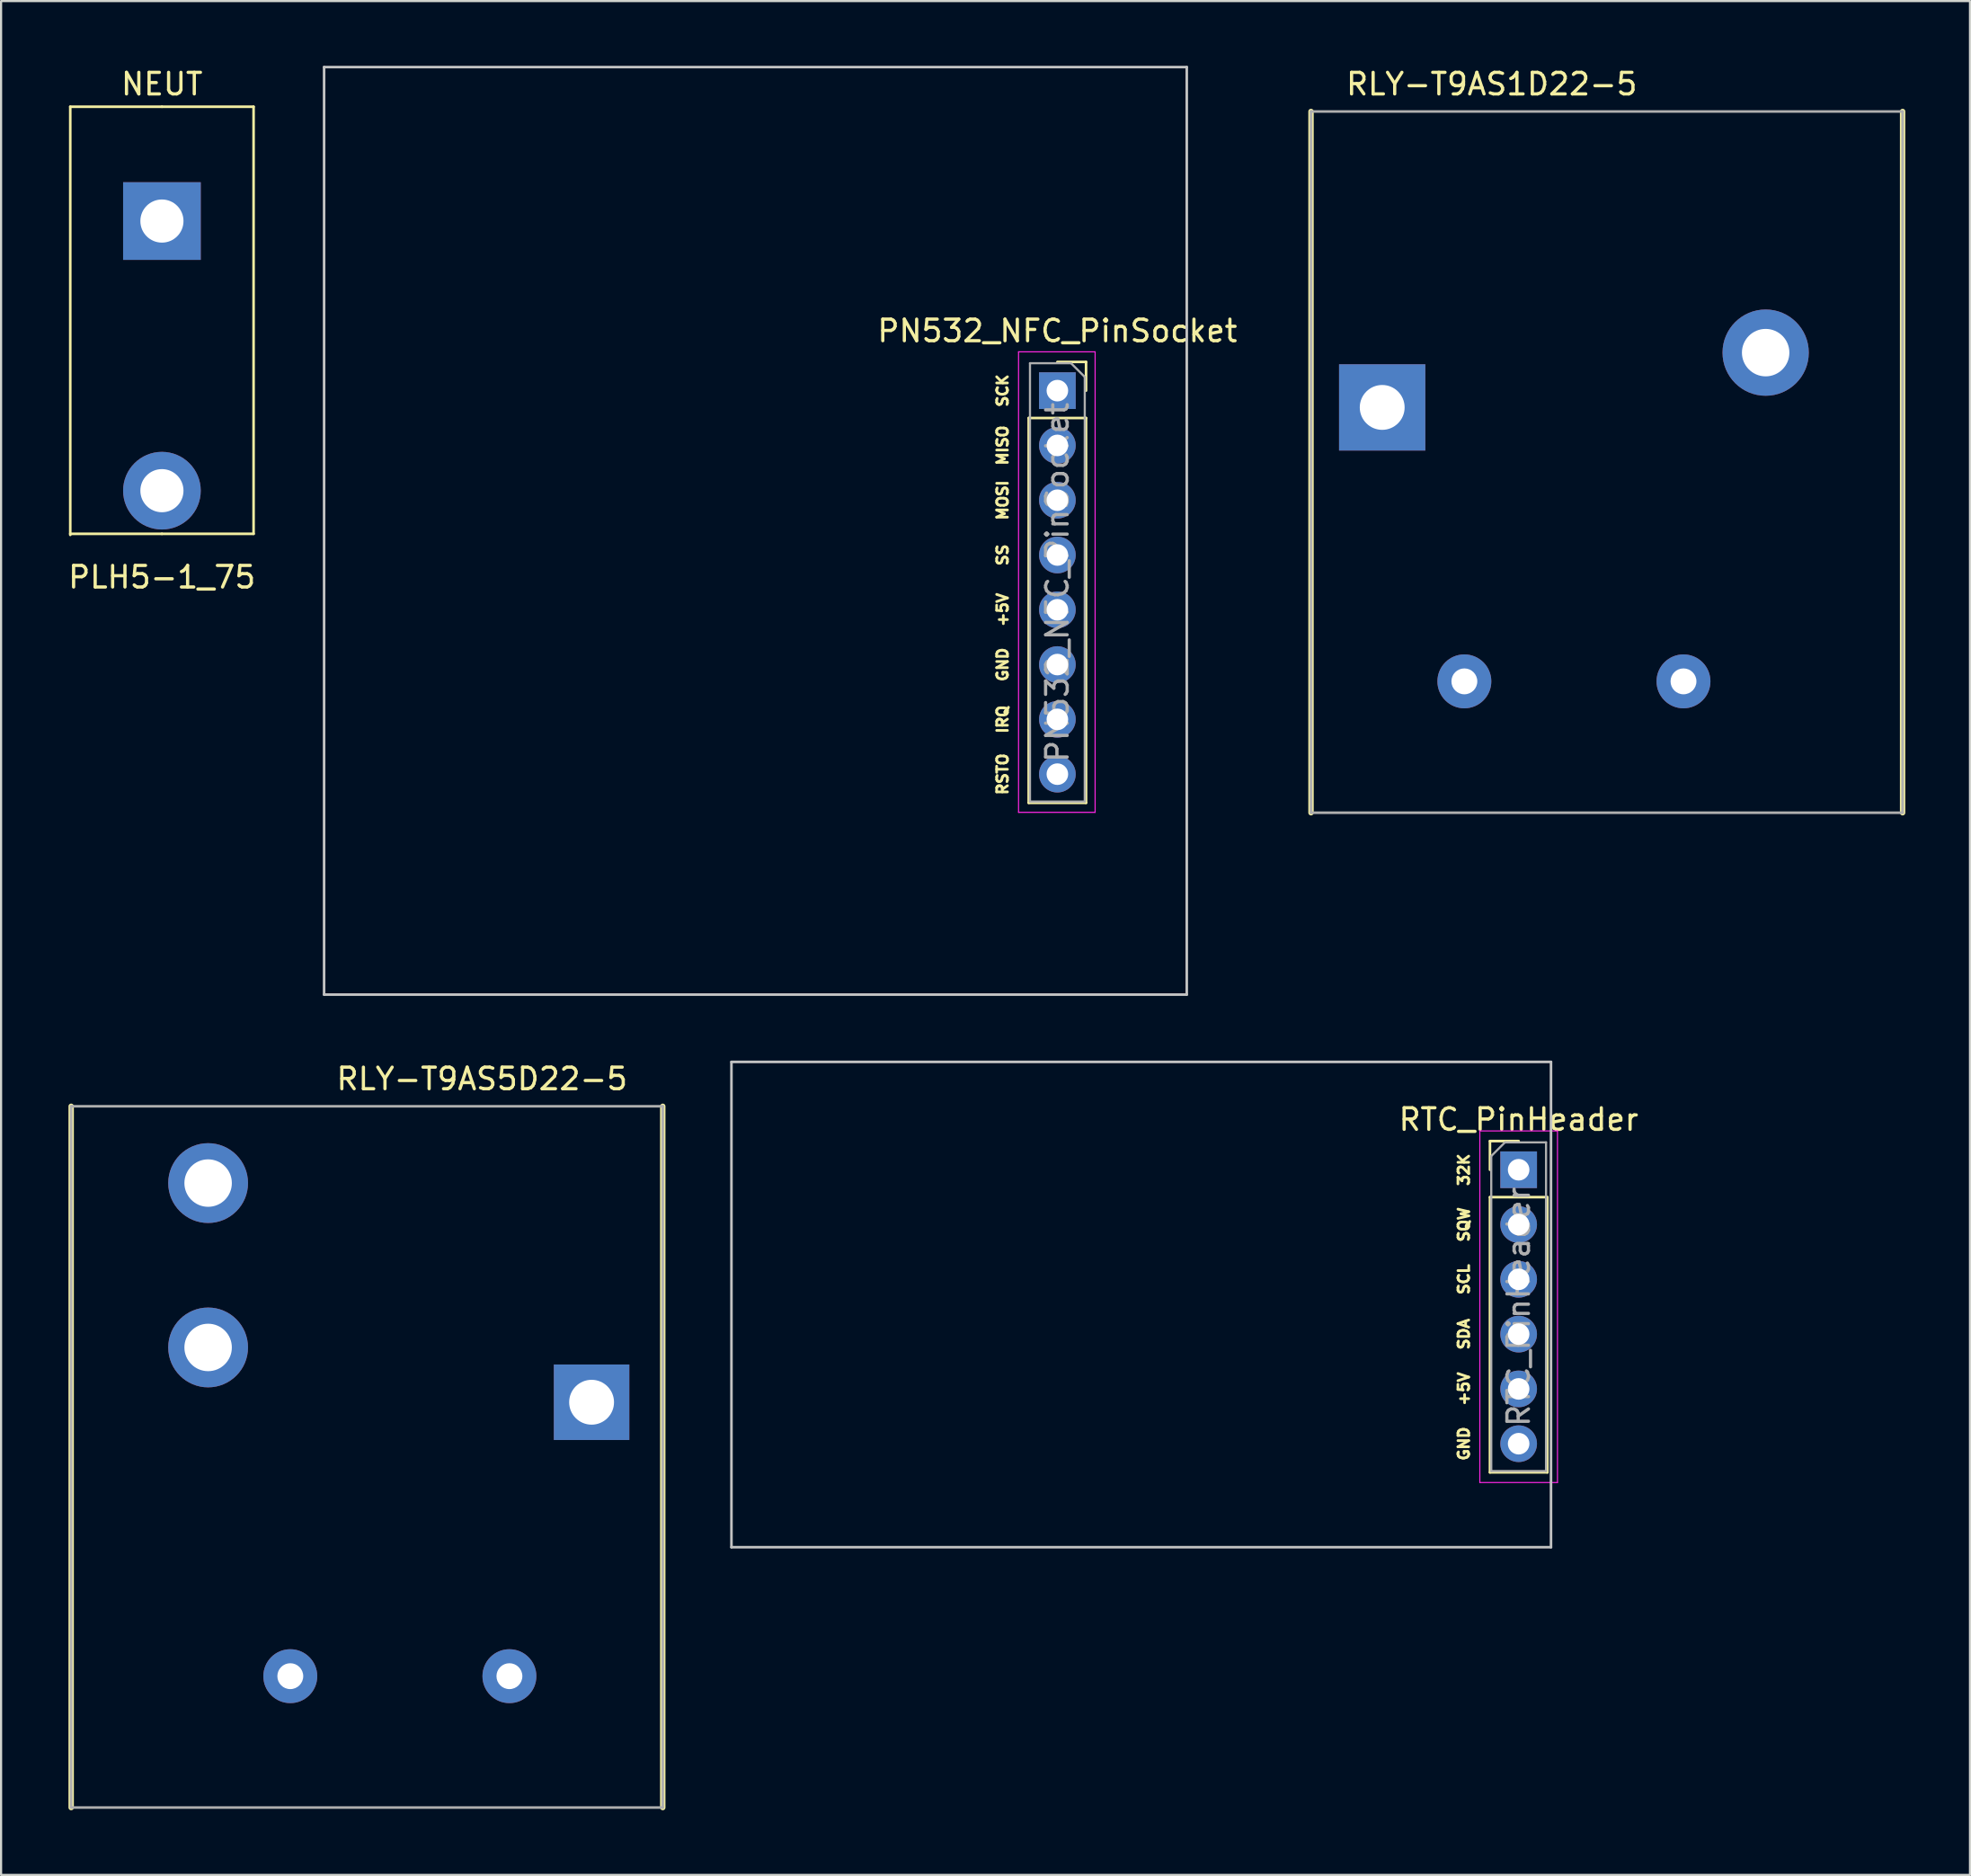
<source format=kicad_pcb>
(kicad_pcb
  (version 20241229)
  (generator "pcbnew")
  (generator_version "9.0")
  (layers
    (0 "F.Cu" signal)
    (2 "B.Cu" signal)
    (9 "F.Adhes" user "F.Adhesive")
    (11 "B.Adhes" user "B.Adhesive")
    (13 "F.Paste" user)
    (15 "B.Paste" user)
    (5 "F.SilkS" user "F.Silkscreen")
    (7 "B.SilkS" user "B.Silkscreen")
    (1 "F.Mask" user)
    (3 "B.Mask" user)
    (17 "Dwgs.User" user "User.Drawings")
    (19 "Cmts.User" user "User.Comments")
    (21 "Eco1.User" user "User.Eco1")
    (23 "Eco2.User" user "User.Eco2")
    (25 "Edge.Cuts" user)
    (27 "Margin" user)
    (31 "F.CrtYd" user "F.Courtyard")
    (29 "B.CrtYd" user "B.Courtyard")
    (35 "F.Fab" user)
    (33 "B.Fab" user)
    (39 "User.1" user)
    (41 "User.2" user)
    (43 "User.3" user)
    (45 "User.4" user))
  (footprint "PLH5-1_75"
    (layer "F.Cu")
    (at 4.458 7.198)
    (property "Reference" "PLH5-1_75" (at 0 16.51 0) (layer "F.SilkS") (effects (font (size 1 1) (thickness 0.15))))
    (attr through_hole)
    (fp_line (start -4.25 -5.3) (end 0 -5.3) (stroke (width 0.12) (type solid)) (layer "F.SilkS"))
    (fp_line (start -4.25 14.55) (end -4.25 -5.3) (stroke (width 0.12) (type solid)) (layer "F.SilkS"))
    (fp_line (start 0 -5.3) (end 4.25 -5.3) (stroke (width 0.12) (type solid)) (layer "F.SilkS"))
    (fp_line (start 0 14.5) (end -4.25 14.5) (stroke (width 0.12) (type solid)) (layer "F.SilkS"))
    (fp_line (start 4.25 -5.3) (end 4.25 14.5) (stroke (width 0.12) (type solid)) (layer "F.SilkS"))
    (fp_line (start 4.25 14.5) (end 0 14.5) (stroke (width 0.12) (type solid)) (layer "F.SilkS"))
    (fp_text user "NEUT" (at 0 -6.35 0) (layer "F.SilkS") (effects (font (size 1 1) (thickness 0.15))))
    (pad "1" thru_hole rect (at 0 0) (size 3.6 3.6) (drill 2) (layers "*.Cu" "*.Mask"))
    (pad "1" thru_hole circle (at 0 12.5) (size 3.6 3.6) (drill 2) (layers "*.Cu" "*.Mask")))
  (footprint "RLY-T9AS1D22-5"
    (layer "F.Cu")
    (at 57.685 2.296)
    (property "Reference" "RLY-T9AS1D22-5" (at 8.433 -1.448 0) (layer "F.SilkS") (effects (font (size 1 1) (thickness 0.15))))
    (attr through_hole)
    (fp_line (start 0.053 -0.178) (end 0.053 32.332) (stroke (width 0.25) (type solid)) (layer "F.SilkS"))
    (fp_line (start 27.483 -0.178) (end 27.483 32.332) (stroke (width 0.25) (type solid)) (layer "F.SilkS"))
    (fp_line (start 0.053 -0.178) (end 0.053 32.332) (stroke (width 0.12) (type solid)) (layer "F.Fab"))
    (fp_line (start 27.483 -0.178) (end 0.053 -0.178) (stroke (width 0.12) (type solid)) (layer "F.Fab"))
    (fp_line (start 27.483 -0.178) (end 27.483 32.332) (stroke (width 0.12) (type solid)) (layer "F.Fab"))
    (fp_line (start 27.483 32.332) (end 0.053 32.332) (stroke (width 0.12) (type solid)) (layer "F.Fab"))
    (pad "1" thru_hole rect (at 3.353 13.542) (size 4 4) (drill 2.08) (layers "*.Cu" "*.Mask"))
    (pad "2" thru_hole circle (at 17.323 26.242) (size 2.5 2.5) (drill 1.2) (layers "*.Cu" "*.Mask"))
    (pad "3" thru_hole circle (at 21.133 11.002) (size 4 4) (drill 2.2) (layers "*.Cu" "*.Mask"))
    (pad "5" thru_hole circle (at 7.163 26.242) (size 2.5 2.5) (drill 1.2) (layers "*.Cu" "*.Mask")))
  (footprint "RLY-T9AS5D22-5"
    (layer "F.Cu")
    (at 0.25 48.238)
    (property "Reference" "RLY-T9AS5D22-5" (at 19.05 -1.27 0) (layer "F.SilkS") (effects (font (size 1 1) (thickness 0.15))))
    (attr through_hole)
    (fp_line (start 0 0) (end 0 32.51) (stroke (width 0.25) (type solid)) (layer "F.SilkS"))
    (fp_line (start 27.43 0) (end 27.43 32.51) (stroke (width 0.25) (type solid)) (layer "F.SilkS"))
    (fp_line (start 0 0) (end 0 32.51) (stroke (width 0.12) (type solid)) (layer "F.Fab"))
    (fp_line (start 0 0) (end 27.43 0) (stroke (width 0.12) (type solid)) (layer "F.Fab"))
    (fp_line (start 0 32.51) (end 27.43 32.51) (stroke (width 0.12) (type solid)) (layer "F.Fab"))
    (fp_line (start 27.43 0) (end 27.43 32.51) (stroke (width 0.12) (type solid)) (layer "F.Fab"))
    (pad "1" thru_hole rect (at 24.13 13.72) (size 3.5 3.5) (drill 2.08) (layers "*.Cu" "*.Mask"))
    (pad "2" thru_hole circle (at 10.16 26.42) (size 2.5 2.5) (drill 1.2) (layers "*.Cu" "*.Mask"))
    (pad "3" thru_hole circle (at 6.35 11.18) (size 3.7 3.7) (drill 2.2) (layers "*.Cu" "*.Mask"))
    (pad "4" thru_hole circle (at 6.35 3.56) (size 3.7 3.7) (drill 2.2) (layers "*.Cu" "*.Mask"))
    (pad "5" thru_hole circle (at 20.32 26.42) (size 2.5 2.5) (drill 1.2) (layers "*.Cu" "*.Mask")))
  (footprint "PN532_NFC_PinSocket"
    (layer "F.Cu")
    (at 45.977 15.06)
    (property "Reference" "PN532_NFC_PinSocket" (at 0 -2.77 0) (layer "F.SilkS") (effects (font (size 1 1) (thickness 0.15))))
    (attr through_hole)
    (fp_line (start -1.33 1.27) (end -1.33 19.11) (stroke (width 0.12) (type solid)) (layer "F.SilkS"))
    (fp_line (start -1.33 1.27) (end 1.33 1.27) (stroke (width 0.12) (type solid)) (layer "F.SilkS"))
    (fp_line (start -1.33 19.11) (end 1.33 19.11) (stroke (width 0.12) (type solid)) (layer "F.SilkS"))
    (fp_line (start 0 -1.33) (end 1.33 -1.33) (stroke (width 0.12) (type solid)) (layer "F.SilkS"))
    (fp_line (start 1.33 -1.33) (end 1.33 0) (stroke (width 0.12) (type solid)) (layer "F.SilkS"))
    (fp_line (start 1.33 1.27) (end 1.33 19.11) (stroke (width 0.12) (type solid)) (layer "F.SilkS"))
    (fp_line (start -34 -15) (end -34 28) (stroke (width 0.12) (type solid)) (layer "Dwgs.User"))
    (fp_line (start -34 28) (end 6 28) (stroke (width 0.12) (type solid)) (layer "Dwgs.User"))
    (fp_line (start 6 -15) (end -34 -15) (stroke (width 0.12) (type solid)) (layer "Dwgs.User"))
    (fp_line (start 6 -15) (end 6 28) (stroke (width 0.12) (type solid)) (layer "Dwgs.User"))
    (fp_line (start -1.8 -1.8) (end 1.75 -1.8) (stroke (width 0.05) (type solid)) (layer "F.CrtYd"))
    (fp_line (start -1.8 19.55) (end -1.8 -1.8) (stroke (width 0.05) (type solid)) (layer "F.CrtYd"))
    (fp_line (start 1.75 -1.8) (end 1.75 19.55) (stroke (width 0.05) (type solid)) (layer "F.CrtYd"))
    (fp_line (start 1.75 19.55) (end -1.8 19.55) (stroke (width 0.05) (type solid)) (layer "F.CrtYd"))
    (fp_line (start -1.27 -1.27) (end 0.635 -1.27) (stroke (width 0.1) (type solid)) (layer "F.Fab"))
    (fp_line (start -1.27 19.05) (end -1.27 -1.27) (stroke (width 0.1) (type solid)) (layer "F.Fab"))
    (fp_line (start 0.635 -1.27) (end 1.27 -0.635) (stroke (width 0.1) (type solid)) (layer "F.Fab"))
    (fp_line (start 1.27 -0.635) (end 1.27 19.05) (stroke (width 0.1) (type solid)) (layer "F.Fab"))
    (fp_line (start 1.27 19.05) (end -1.27 19.05) (stroke (width 0.1) (type solid)) (layer "F.Fab"))
    (fp_text user "MISO" (at -2.54 2.54 90) (layer "F.SilkS") (effects (font (size 0.5 0.5) (thickness 0.125))))
    (fp_text user "SCK" (at -2.54 0 90) (layer "F.SilkS") (effects (font (size 0.5 0.5) (thickness 0.125))))
    (fp_text user "IRQ" (at -2.54 15.24 90) (layer "F.SilkS") (effects (font (size 0.5 0.5) (thickness 0.125))))
    (fp_text user "GND" (at -2.54 12.7 90) (layer "F.SilkS") (effects (font (size 0.5 0.5) (thickness 0.125))))
    (fp_text user "RSTO" (at -2.54 17.78 90) (layer "F.SilkS") (effects (font (size 0.5 0.5) (thickness 0.125))))
    (fp_text user "SS" (at -2.54 7.62 90) (layer "F.SilkS") (effects (font (size 0.5 0.5) (thickness 0.125))))
    (fp_text user "MOSI" (at -2.54 5.08 90) (layer "F.SilkS") (effects (font (size 0.5 0.5) (thickness 0.125))))
    (fp_text user "+5V" (at -2.54 10.16 90) (layer "F.SilkS") (effects (font (size 0.5 0.5) (thickness 0.125))))
    (fp_text user "${REFERENCE}" (at 0 8.89 90) (layer "F.Fab") (effects (font (size 1 1) (thickness 0.15))))
    (pad "1" thru_hole rect (at 0 0) (size 1.7 1.7) (drill 1) (layers "*.Cu" "*.Mask"))
    (pad "2" thru_hole oval (at 0 2.54) (size 1.7 1.7) (drill 1) (layers "*.Cu" "*.Mask"))
    (pad "3" thru_hole oval (at 0 5.08) (size 1.7 1.7) (drill 1) (layers "*.Cu" "*.Mask"))
    (pad "4" thru_hole oval (at 0 7.62) (size 1.7 1.7) (drill 1) (layers "*.Cu" "*.Mask"))
    (pad "5" thru_hole oval (at 0 10.16) (size 1.7 1.7) (drill 1) (layers "*.Cu" "*.Mask"))
    (pad "6" thru_hole oval (at 0 12.7) (size 1.7 1.7) (drill 1) (layers "*.Cu" "*.Mask"))
    (pad "7" thru_hole oval (at 0 15.24) (size 1.7 1.7) (drill 1) (layers "*.Cu" "*.Mask"))
    (pad "8" thru_hole oval (at 0 17.78) (size 1.7 1.7) (drill 1) (layers "*.Cu" "*.Mask")))
  (footprint "RTC_PinHeader"
    (layer "F.Cu")
    (at 67.365 51.18)
    (property "Reference" "RTC_PinHeader" (at 0 -2.33 0) (layer "F.SilkS") (effects (font (size 1 1) (thickness 0.15))))
    (attr through_hole)
    (fp_line (start -1.33 -1.33) (end 0 -1.33) (stroke (width 0.12) (type solid)) (layer "F.SilkS"))
    (fp_line (start -1.33 0) (end -1.33 -1.33) (stroke (width 0.12) (type solid)) (layer "F.SilkS"))
    (fp_line (start -1.33 1.27) (end -1.33 14.03) (stroke (width 0.12) (type solid)) (layer "F.SilkS"))
    (fp_line (start -1.33 1.27) (end 1.33 1.27) (stroke (width 0.12) (type solid)) (layer "F.SilkS"))
    (fp_line (start -1.33 14.03) (end 1.33 14.03) (stroke (width 0.12) (type solid)) (layer "F.SilkS"))
    (fp_line (start 1.33 1.27) (end 1.33 14.03) (stroke (width 0.12) (type solid)) (layer "F.SilkS"))
    (fp_line (start -36.5 -5) (end -36.5 17.5) (stroke (width 0.12) (type solid)) (layer "Dwgs.User"))
    (fp_line (start -36.5 -5) (end 1.5 -5) (stroke (width 0.12) (type solid)) (layer "Dwgs.User"))
    (fp_line (start 1.5 -5) (end 1.5 17.5) (stroke (width 0.12) (type solid)) (layer "Dwgs.User"))
    (fp_line (start 1.5 17.5) (end -36.5 17.5) (stroke (width 0.12) (type solid)) (layer "Dwgs.User"))
    (fp_line (start -1.8 -1.8) (end -1.8 14.5) (stroke (width 0.05) (type solid)) (layer "F.CrtYd"))
    (fp_line (start -1.8 14.5) (end 1.8 14.5) (stroke (width 0.05) (type solid)) (layer "F.CrtYd"))
    (fp_line (start 1.8 -1.8) (end -1.8 -1.8) (stroke (width 0.05) (type solid)) (layer "F.CrtYd"))
    (fp_line (start 1.8 14.5) (end 1.8 -1.8) (stroke (width 0.05) (type solid)) (layer "F.CrtYd"))
    (fp_line (start -1.27 -0.635) (end -0.635 -1.27) (stroke (width 0.1) (type solid)) (layer "F.Fab"))
    (fp_line (start -1.27 13.97) (end -1.27 -0.635) (stroke (width 0.1) (type solid)) (layer "F.Fab"))
    (fp_line (start -0.635 -1.27) (end 1.27 -1.27) (stroke (width 0.1) (type solid)) (layer "F.Fab"))
    (fp_line (start 1.27 -1.27) (end 1.27 13.97) (stroke (width 0.1) (type solid)) (layer "F.Fab"))
    (fp_line (start 1.27 13.97) (end -1.27 13.97) (stroke (width 0.1) (type solid)) (layer "F.Fab"))
    (fp_text user "32K" (at -2.54 0 90) (layer "F.SilkS") (effects (font (size 0.5 0.5) (thickness 0.125))))
    (fp_text user "GND" (at -2.54 12.7 90) (layer "F.SilkS") (effects (font (size 0.5 0.5) (thickness 0.125))))
    (fp_text user "SCL" (at -2.54 5.08 90) (layer "F.SilkS") (effects (font (size 0.5 0.5) (thickness 0.125))))
    (fp_text user "SDA" (at -2.54 7.62 90) (layer "F.SilkS") (effects (font (size 0.5 0.5) (thickness 0.125))))
    (fp_text user "SQW" (at -2.54 2.54 90) (layer "F.SilkS") (effects (font (size 0.5 0.5) (thickness 0.125))))
    (fp_text user "+5V" (at -2.54 10.16 90) (layer "F.SilkS") (effects (font (size 0.5 0.5) (thickness 0.125))))
    (fp_text user "${REFERENCE}" (at 0 6.35 90) (layer "F.Fab") (effects (font (size 1 1) (thickness 0.15))))
    (pad "1" thru_hole rect (at 0 0) (size 1.7 1.7) (drill 1) (layers "*.Cu" "*.Mask"))
    (pad "2" thru_hole oval (at 0 2.54) (size 1.7 1.7) (drill 1) (layers "*.Cu" "*.Mask"))
    (pad "3" thru_hole oval (at 0 5.08) (size 1.7 1.7) (drill 1) (layers "*.Cu" "*.Mask"))
    (pad "4" thru_hole oval (at 0 7.62) (size 1.7 1.7) (drill 1) (layers "*.Cu" "*.Mask"))
    (pad "5" thru_hole oval (at 0 10.16) (size 1.7 1.7) (drill 1) (layers "*.Cu" "*.Mask"))
    (pad "6" thru_hole oval (at 0 12.7) (size 1.7 1.7) (drill 1) (layers "*.Cu" "*.Mask")))
  (gr_rect
    (start -3 -3)
    (end 88.293 83.873)
    (stroke (width 0.1) (type default))
    (fill no)
    (layer "Edge.Cuts")))
</source>
